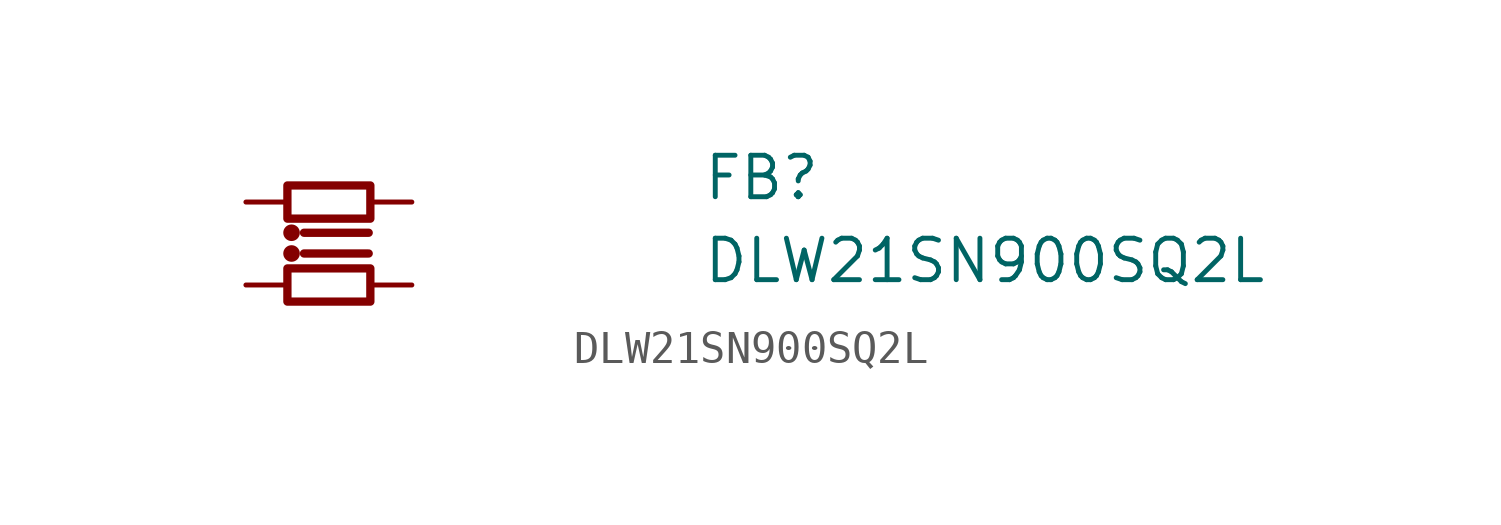
<source format=kicad_sym>
(kicad_symbol_lib
  (version 20211014)
  (generator kicad_symbol_editor)
  (symbol "DLW21SN900SQ2L"
    (pin_numbers hide)
    (pin_names hide)
    (property "Reference" "FB"
      (at 13.97 0 0)
      (effects (font (size 1.27 1.27) (thickness 0.15)) (justify left bottom)))
    (property "Value" "DLW21SN900SQ2L"
      (at 13.97 -2.54 0)
      (effects (font (size 1.27 1.27) (thickness 0.15)) (justify left bottom)))
    (symbol "DLW21SN900SQ2L_1_1"
      (polyline (pts (xy 1.778 -1.575) (xy 3.759 -1.575)) (stroke (width 0.254) (type default) (color 0 0 0 0)) (fill (type none)))
      (polyline (pts (xy 1.778 -0.94) (xy 3.759 -0.94)) (stroke (width 0.254) (type default) (color 0 0 0 0)) (fill (type none)))
      (rectangle (start 1.27 -2.032) (end 3.81 -3.048) (stroke (width 0.254) (type default) (color 0 0 0 0)) (fill (type none)))
      (rectangle (start 1.27 0.508) (end 3.81 -0.508) (stroke (width 0.254) (type default) (color 0 0 0 0)) (fill (type none)))
      (circle (center 1.397 -1.575) (radius 0.127) (stroke (width 0.254) (type default) (color 0 0 0 0)) (fill (type none)))
      (circle (center 1.397 -0.94) (radius 0.127) (stroke (width 0.254) (type default) (color 0 0 0 0)) (fill (type none)))
      (pin passive line (at 0 -2.54 0) (length 1.27) (name "1" (effects (font (size 1.27 1.27)))) (number "1" (effects (font (size 1.27 1.27)))))
      (pin passive line (at 0 0 0) (length 1.27) (name "2" (effects (font (size 1.27 1.27)))) (number "2" (effects (font (size 1.27 1.27)))))
      (pin passive line (at 5.08 -2.54 180) (length 1.27) (name "3" (effects (font (size 1.27 1.27)))) (number "3" (effects (font (size 1.27 1.27)))))
      (pin passive line (at 5.08 0 180) (length 1.27) (name "4" (effects (font (size 1.27 1.27)))) (number "4" (effects (font (size 1.27 1.27))))))))
</source>
